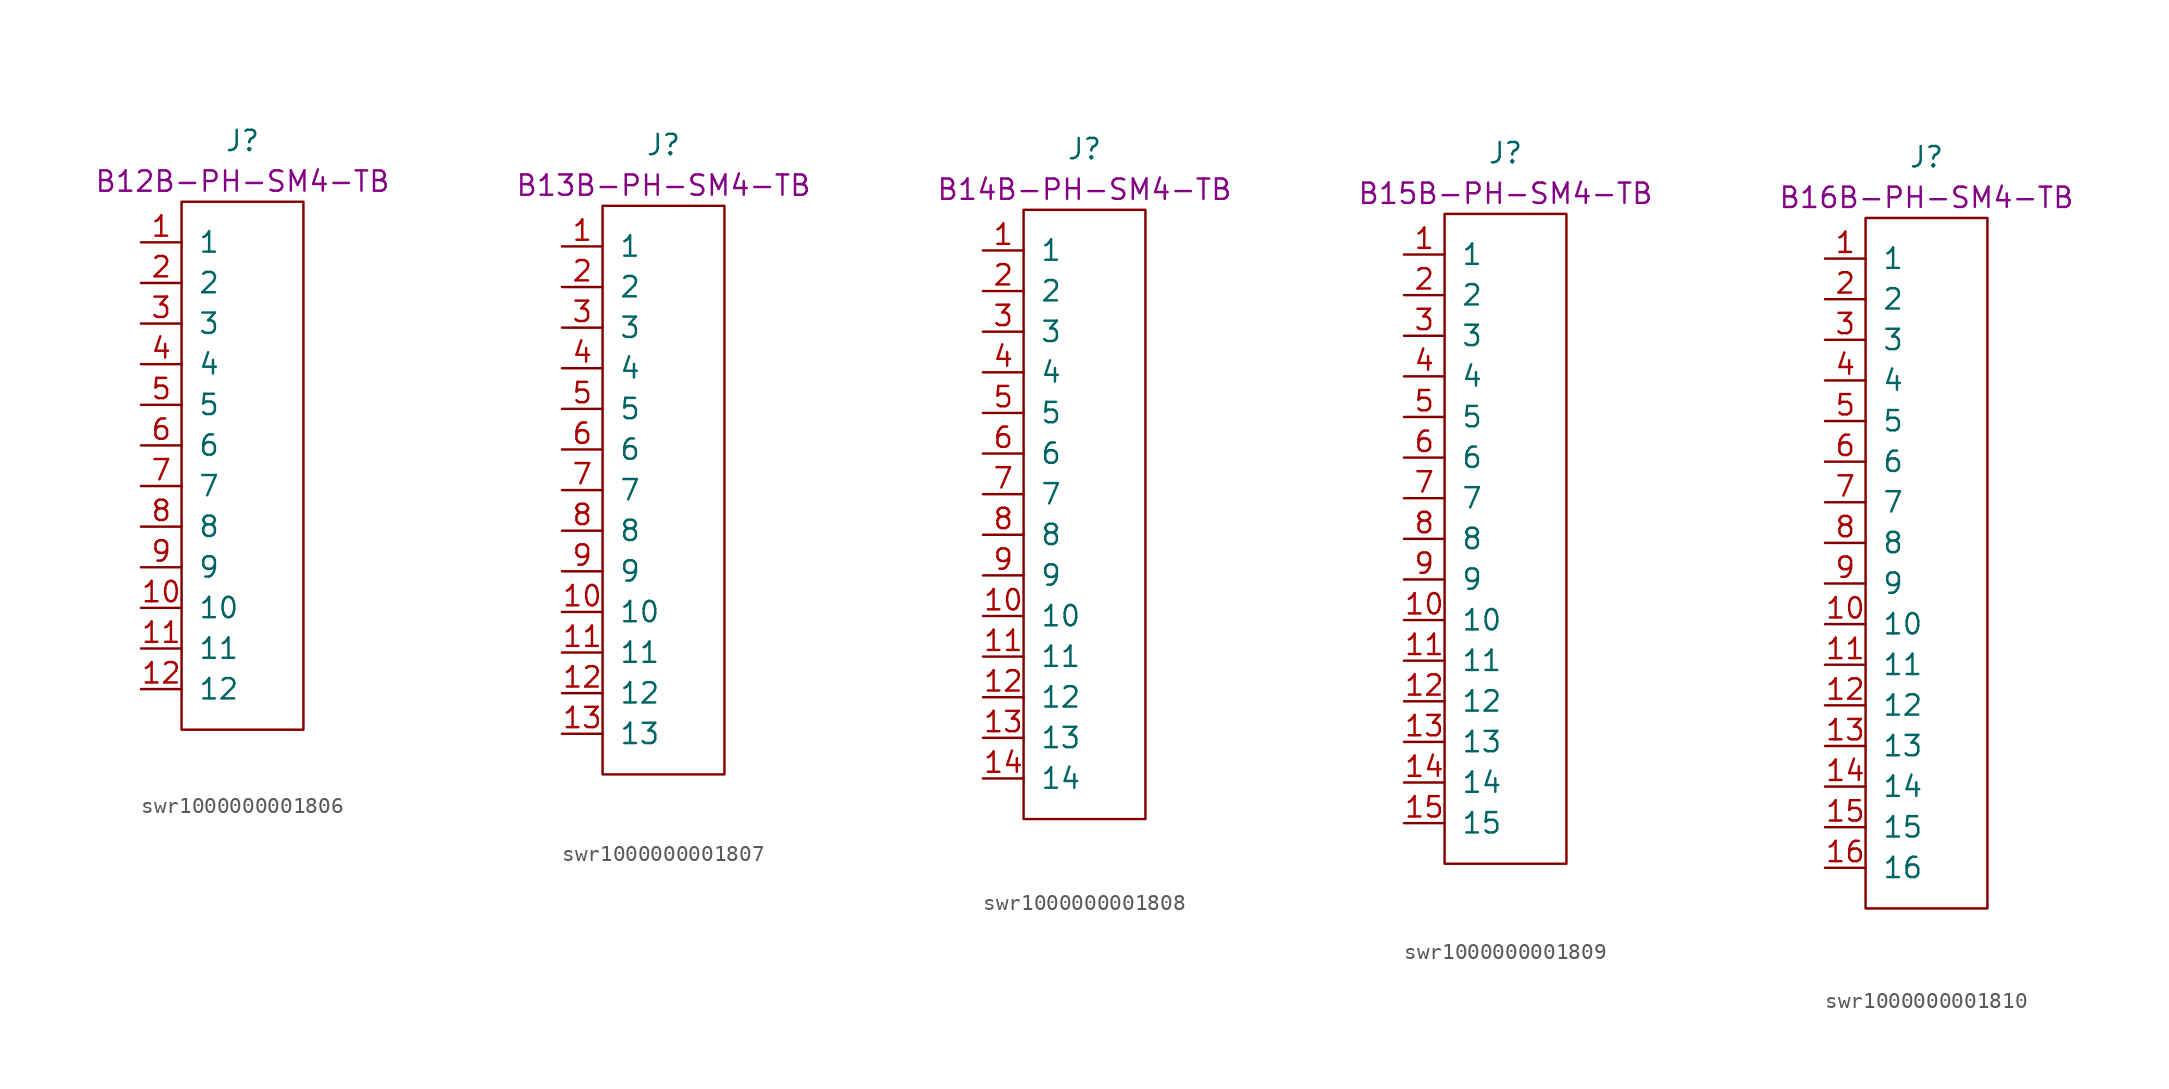
<source format=kicad_sym>
(kicad_symbol_lib
  (version 20220914)
  (generator kicad_symbol_editor)
  (symbol "swr1000000001806"
    (pin_names
      (offset 1.016))
    (property "Reference" "J"
      (at 0 3.81 0)
      (effects (font (size 1.27 1.27))))
    (property "PartValue" "B12B-PH-SM4-TB"
      (at 0 1.27 0)
      (effects (font (size 1.27 1.27))))
    (symbol "swr1000000001806_0_0"
      (pin passive line (at -6.35 -2.54 0) (length 2.54) (name "1" (effects (font (size 1.27 1.27)))) (number "1" (effects (font (size 1.27 1.27)))))
      (pin passive line (at -6.35 -5.08 0) (length 2.54) (name "2" (effects (font (size 1.27 1.27)))) (number "2" (effects (font (size 1.27 1.27))))))
    (symbol "swr1000000001806_0_1"
      (rectangle (start -3.81 0) (end 3.81 -33.02) (stroke (width 0) (type default)) (fill (type none))))
    (symbol "swr1000000001806_1_1"
      (pin passive line (at -6.35 -25.4 0) (length 2.54) (name "10" (effects (font (size 1.27 1.27)))) (number "10" (effects (font (size 1.27 1.27)))))
      (pin passive line (at -6.35 -27.94 0) (length 2.54) (name "11" (effects (font (size 1.27 1.27)))) (number "11" (effects (font (size 1.27 1.27)))))
      (pin passive line (at -6.35 -30.48 0) (length 2.54) (name "12" (effects (font (size 1.27 1.27)))) (number "12" (effects (font (size 1.27 1.27)))))
      (pin passive line (at -6.35 -7.62 0) (length 2.54) (name "3" (effects (font (size 1.27 1.27)))) (number "3" (effects (font (size 1.27 1.27)))))
      (pin passive line (at -6.35 -10.16 0) (length 2.54) (name "4" (effects (font (size 1.27 1.27)))) (number "4" (effects (font (size 1.27 1.27)))))
      (pin passive line (at -6.35 -12.7 0) (length 2.54) (name "5" (effects (font (size 1.27 1.27)))) (number "5" (effects (font (size 1.27 1.27)))))
      (pin passive line (at -6.35 -15.24 0) (length 2.54) (name "6" (effects (font (size 1.27 1.27)))) (number "6" (effects (font (size 1.27 1.27)))))
      (pin passive line (at -6.35 -17.78 0) (length 2.54) (name "7" (effects (font (size 1.27 1.27)))) (number "7" (effects (font (size 1.27 1.27)))))
      (pin passive line (at -6.35 -20.32 0) (length 2.54) (name "8" (effects (font (size 1.27 1.27)))) (number "8" (effects (font (size 1.27 1.27)))))
      (pin passive line (at -6.35 -22.86 0) (length 2.54) (name "9" (effects (font (size 1.27 1.27)))) (number "9" (effects (font (size 1.27 1.27)))))))
  (symbol "swr1000000001807"
    (pin_names
      (offset 1.016))
    (property "Reference" "J"
      (at 0 3.81 0)
      (effects (font (size 1.27 1.27))))
    (property "PartValue" "B13B-PH-SM4-TB"
      (at 0 1.27 0)
      (effects (font (size 1.27 1.27))))
    (symbol "swr1000000001807_0_0"
      (pin passive line (at -6.35 -2.54 0) (length 2.54) (name "1" (effects (font (size 1.27 1.27)))) (number "1" (effects (font (size 1.27 1.27)))))
      (pin passive line (at -6.35 -5.08 0) (length 2.54) (name "2" (effects (font (size 1.27 1.27)))) (number "2" (effects (font (size 1.27 1.27))))))
    (symbol "swr1000000001807_0_1"
      (rectangle (start -3.81 0) (end 3.81 -35.56) (stroke (width 0) (type default)) (fill (type none))))
    (symbol "swr1000000001807_1_1"
      (pin passive line (at -6.35 -25.4 0) (length 2.54) (name "10" (effects (font (size 1.27 1.27)))) (number "10" (effects (font (size 1.27 1.27)))))
      (pin passive line (at -6.35 -27.94 0) (length 2.54) (name "11" (effects (font (size 1.27 1.27)))) (number "11" (effects (font (size 1.27 1.27)))))
      (pin passive line (at -6.35 -30.48 0) (length 2.54) (name "12" (effects (font (size 1.27 1.27)))) (number "12" (effects (font (size 1.27 1.27)))))
      (pin passive line (at -6.35 -33.02 0) (length 2.54) (name "13" (effects (font (size 1.27 1.27)))) (number "13" (effects (font (size 1.27 1.27)))))
      (pin passive line (at -6.35 -7.62 0) (length 2.54) (name "3" (effects (font (size 1.27 1.27)))) (number "3" (effects (font (size 1.27 1.27)))))
      (pin passive line (at -6.35 -10.16 0) (length 2.54) (name "4" (effects (font (size 1.27 1.27)))) (number "4" (effects (font (size 1.27 1.27)))))
      (pin passive line (at -6.35 -12.7 0) (length 2.54) (name "5" (effects (font (size 1.27 1.27)))) (number "5" (effects (font (size 1.27 1.27)))))
      (pin passive line (at -6.35 -15.24 0) (length 2.54) (name "6" (effects (font (size 1.27 1.27)))) (number "6" (effects (font (size 1.27 1.27)))))
      (pin passive line (at -6.35 -17.78 0) (length 2.54) (name "7" (effects (font (size 1.27 1.27)))) (number "7" (effects (font (size 1.27 1.27)))))
      (pin passive line (at -6.35 -20.32 0) (length 2.54) (name "8" (effects (font (size 1.27 1.27)))) (number "8" (effects (font (size 1.27 1.27)))))
      (pin passive line (at -6.35 -22.86 0) (length 2.54) (name "9" (effects (font (size 1.27 1.27)))) (number "9" (effects (font (size 1.27 1.27)))))))
  (symbol "swr1000000001808"
    (pin_names
      (offset 1.016))
    (property "Reference" "J"
      (at 0 3.81 0)
      (effects (font (size 1.27 1.27))))
    (property "PartValue" "B14B-PH-SM4-TB"
      (at 0 1.27 0)
      (effects (font (size 1.27 1.27))))
    (symbol "swr1000000001808_0_0"
      (pin passive line (at -6.35 -2.54 0) (length 2.54) (name "1" (effects (font (size 1.27 1.27)))) (number "1" (effects (font (size 1.27 1.27)))))
      (pin passive line (at -6.35 -5.08 0) (length 2.54) (name "2" (effects (font (size 1.27 1.27)))) (number "2" (effects (font (size 1.27 1.27))))))
    (symbol "swr1000000001808_0_1"
      (rectangle (start -3.81 0) (end 3.81 -38.1) (stroke (width 0) (type default)) (fill (type none))))
    (symbol "swr1000000001808_1_1"
      (pin passive line (at -6.35 -25.4 0) (length 2.54) (name "10" (effects (font (size 1.27 1.27)))) (number "10" (effects (font (size 1.27 1.27)))))
      (pin passive line (at -6.35 -27.94 0) (length 2.54) (name "11" (effects (font (size 1.27 1.27)))) (number "11" (effects (font (size 1.27 1.27)))))
      (pin passive line (at -6.35 -30.48 0) (length 2.54) (name "12" (effects (font (size 1.27 1.27)))) (number "12" (effects (font (size 1.27 1.27)))))
      (pin passive line (at -6.35 -33.02 0) (length 2.54) (name "13" (effects (font (size 1.27 1.27)))) (number "13" (effects (font (size 1.27 1.27)))))
      (pin passive line (at -6.35 -35.56 0) (length 2.54) (name "14" (effects (font (size 1.27 1.27)))) (number "14" (effects (font (size 1.27 1.27)))))
      (pin passive line (at -6.35 -7.62 0) (length 2.54) (name "3" (effects (font (size 1.27 1.27)))) (number "3" (effects (font (size 1.27 1.27)))))
      (pin passive line (at -6.35 -10.16 0) (length 2.54) (name "4" (effects (font (size 1.27 1.27)))) (number "4" (effects (font (size 1.27 1.27)))))
      (pin passive line (at -6.35 -12.7 0) (length 2.54) (name "5" (effects (font (size 1.27 1.27)))) (number "5" (effects (font (size 1.27 1.27)))))
      (pin passive line (at -6.35 -15.24 0) (length 2.54) (name "6" (effects (font (size 1.27 1.27)))) (number "6" (effects (font (size 1.27 1.27)))))
      (pin passive line (at -6.35 -17.78 0) (length 2.54) (name "7" (effects (font (size 1.27 1.27)))) (number "7" (effects (font (size 1.27 1.27)))))
      (pin passive line (at -6.35 -20.32 0) (length 2.54) (name "8" (effects (font (size 1.27 1.27)))) (number "8" (effects (font (size 1.27 1.27)))))
      (pin passive line (at -6.35 -22.86 0) (length 2.54) (name "9" (effects (font (size 1.27 1.27)))) (number "9" (effects (font (size 1.27 1.27)))))))
  (symbol "swr1000000001809"
    (pin_names
      (offset 1.016))
    (property "Reference" "J"
      (at 0 3.81 0)
      (effects (font (size 1.27 1.27))))
    (property "PartValue" "B15B-PH-SM4-TB"
      (at 0 1.27 0)
      (effects (font (size 1.27 1.27))))
    (symbol "swr1000000001809_0_0"
      (pin passive line (at -6.35 -2.54 0) (length 2.54) (name "1" (effects (font (size 1.27 1.27)))) (number "1" (effects (font (size 1.27 1.27)))))
      (pin passive line (at -6.35 -5.08 0) (length 2.54) (name "2" (effects (font (size 1.27 1.27)))) (number "2" (effects (font (size 1.27 1.27))))))
    (symbol "swr1000000001809_0_1"
      (rectangle (start -3.81 0) (end 3.81 -40.64) (stroke (width 0) (type default)) (fill (type none))))
    (symbol "swr1000000001809_1_1"
      (pin passive line (at -6.35 -25.4 0) (length 2.54) (name "10" (effects (font (size 1.27 1.27)))) (number "10" (effects (font (size 1.27 1.27)))))
      (pin passive line (at -6.35 -27.94 0) (length 2.54) (name "11" (effects (font (size 1.27 1.27)))) (number "11" (effects (font (size 1.27 1.27)))))
      (pin passive line (at -6.35 -30.48 0) (length 2.54) (name "12" (effects (font (size 1.27 1.27)))) (number "12" (effects (font (size 1.27 1.27)))))
      (pin passive line (at -6.35 -33.02 0) (length 2.54) (name "13" (effects (font (size 1.27 1.27)))) (number "13" (effects (font (size 1.27 1.27)))))
      (pin passive line (at -6.35 -35.56 0) (length 2.54) (name "14" (effects (font (size 1.27 1.27)))) (number "14" (effects (font (size 1.27 1.27)))))
      (pin passive line (at -6.35 -38.1 0) (length 2.54) (name "15" (effects (font (size 1.27 1.27)))) (number "15" (effects (font (size 1.27 1.27)))))
      (pin passive line (at -6.35 -7.62 0) (length 2.54) (name "3" (effects (font (size 1.27 1.27)))) (number "3" (effects (font (size 1.27 1.27)))))
      (pin passive line (at -6.35 -10.16 0) (length 2.54) (name "4" (effects (font (size 1.27 1.27)))) (number "4" (effects (font (size 1.27 1.27)))))
      (pin passive line (at -6.35 -12.7 0) (length 2.54) (name "5" (effects (font (size 1.27 1.27)))) (number "5" (effects (font (size 1.27 1.27)))))
      (pin passive line (at -6.35 -15.24 0) (length 2.54) (name "6" (effects (font (size 1.27 1.27)))) (number "6" (effects (font (size 1.27 1.27)))))
      (pin passive line (at -6.35 -17.78 0) (length 2.54) (name "7" (effects (font (size 1.27 1.27)))) (number "7" (effects (font (size 1.27 1.27)))))
      (pin passive line (at -6.35 -20.32 0) (length 2.54) (name "8" (effects (font (size 1.27 1.27)))) (number "8" (effects (font (size 1.27 1.27)))))
      (pin passive line (at -6.35 -22.86 0) (length 2.54) (name "9" (effects (font (size 1.27 1.27)))) (number "9" (effects (font (size 1.27 1.27)))))))
  (symbol "swr1000000001810"
    (pin_names
      (offset 1.016))
    (property "Reference" "J"
      (at 0 3.81 0)
      (effects (font (size 1.27 1.27))))
    (property "PartValue" "B16B-PH-SM4-TB"
      (at 0 1.27 0)
      (effects (font (size 1.27 1.27))))
    (symbol "swr1000000001810_0_0"
      (pin passive line (at -6.35 -2.54 0) (length 2.54) (name "1" (effects (font (size 1.27 1.27)))) (number "1" (effects (font (size 1.27 1.27)))))
      (pin passive line (at -6.35 -5.08 0) (length 2.54) (name "2" (effects (font (size 1.27 1.27)))) (number "2" (effects (font (size 1.27 1.27))))))
    (symbol "swr1000000001810_0_1"
      (rectangle (start -3.81 0) (end 3.81 -43.18) (stroke (width 0) (type default)) (fill (type none))))
    (symbol "swr1000000001810_1_1"
      (pin passive line (at -6.35 -25.4 0) (length 2.54) (name "10" (effects (font (size 1.27 1.27)))) (number "10" (effects (font (size 1.27 1.27)))))
      (pin passive line (at -6.35 -27.94 0) (length 2.54) (name "11" (effects (font (size 1.27 1.27)))) (number "11" (effects (font (size 1.27 1.27)))))
      (pin passive line (at -6.35 -30.48 0) (length 2.54) (name "12" (effects (font (size 1.27 1.27)))) (number "12" (effects (font (size 1.27 1.27)))))
      (pin passive line (at -6.35 -33.02 0) (length 2.54) (name "13" (effects (font (size 1.27 1.27)))) (number "13" (effects (font (size 1.27 1.27)))))
      (pin passive line (at -6.35 -35.56 0) (length 2.54) (name "14" (effects (font (size 1.27 1.27)))) (number "14" (effects (font (size 1.27 1.27)))))
      (pin passive line (at -6.35 -38.1 0) (length 2.54) (name "15" (effects (font (size 1.27 1.27)))) (number "15" (effects (font (size 1.27 1.27)))))
      (pin passive line (at -6.35 -40.64 0) (length 2.54) (name "16" (effects (font (size 1.27 1.27)))) (number "16" (effects (font (size 1.27 1.27)))))
      (pin passive line (at -6.35 -7.62 0) (length 2.54) (name "3" (effects (font (size 1.27 1.27)))) (number "3" (effects (font (size 1.27 1.27)))))
      (pin passive line (at -6.35 -10.16 0) (length 2.54) (name "4" (effects (font (size 1.27 1.27)))) (number "4" (effects (font (size 1.27 1.27)))))
      (pin passive line (at -6.35 -12.7 0) (length 2.54) (name "5" (effects (font (size 1.27 1.27)))) (number "5" (effects (font (size 1.27 1.27)))))
      (pin passive line (at -6.35 -15.24 0) (length 2.54) (name "6" (effects (font (size 1.27 1.27)))) (number "6" (effects (font (size 1.27 1.27)))))
      (pin passive line (at -6.35 -17.78 0) (length 2.54) (name "7" (effects (font (size 1.27 1.27)))) (number "7" (effects (font (size 1.27 1.27)))))
      (pin passive line (at -6.35 -20.32 0) (length 2.54) (name "8" (effects (font (size 1.27 1.27)))) (number "8" (effects (font (size 1.27 1.27)))))
      (pin passive line (at -6.35 -22.86 0) (length 2.54) (name "9" (effects (font (size 1.27 1.27)))) (number "9" (effects (font (size 1.27 1.27))))))))
</source>
